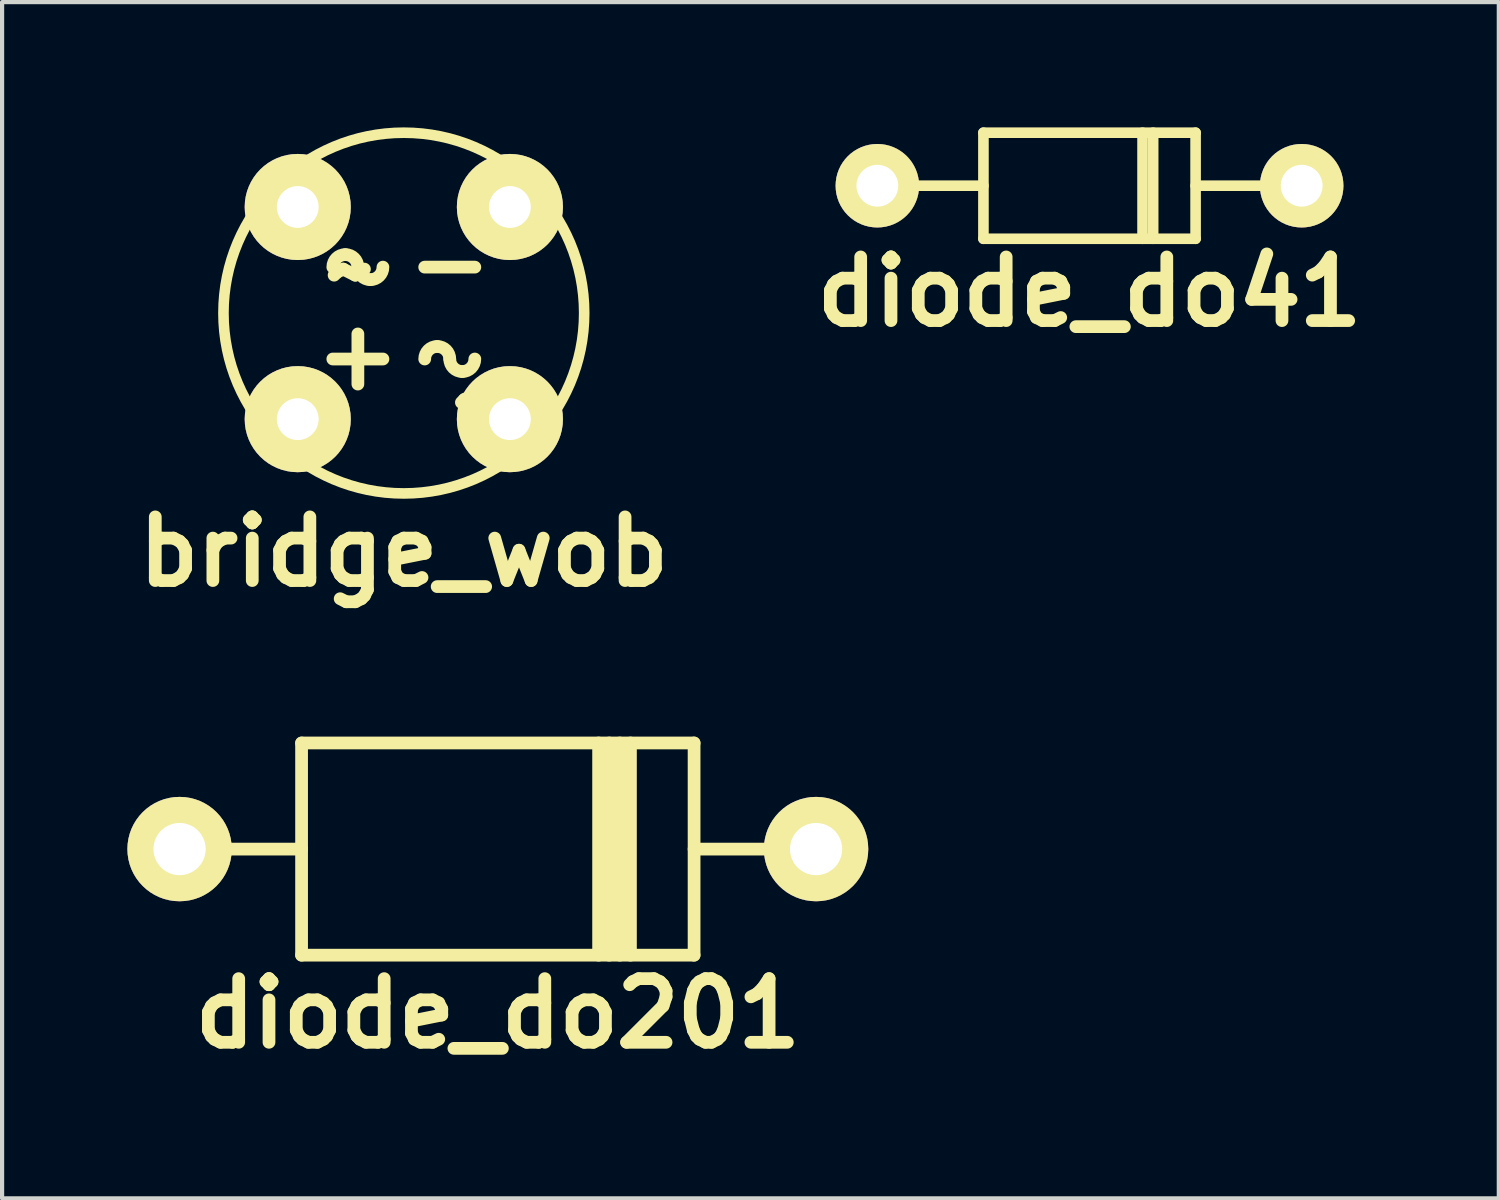
<source format=kicad_pcb>
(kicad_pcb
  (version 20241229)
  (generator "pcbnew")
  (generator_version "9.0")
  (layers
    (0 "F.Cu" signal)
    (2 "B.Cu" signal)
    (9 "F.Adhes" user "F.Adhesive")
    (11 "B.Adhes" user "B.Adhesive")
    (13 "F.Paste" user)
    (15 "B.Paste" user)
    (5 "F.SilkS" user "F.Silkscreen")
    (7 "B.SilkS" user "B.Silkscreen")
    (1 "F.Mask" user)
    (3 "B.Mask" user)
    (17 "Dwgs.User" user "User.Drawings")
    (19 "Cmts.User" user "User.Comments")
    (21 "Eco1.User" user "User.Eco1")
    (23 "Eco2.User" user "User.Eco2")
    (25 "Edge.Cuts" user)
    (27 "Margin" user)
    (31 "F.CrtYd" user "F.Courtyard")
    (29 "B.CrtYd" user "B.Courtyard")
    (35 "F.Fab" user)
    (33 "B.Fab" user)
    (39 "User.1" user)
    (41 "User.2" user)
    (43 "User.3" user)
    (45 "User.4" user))
  (footprint "bridge_wob"
    (layer "F.Cu")
    (at 6.619 4.446)
    (property "Reference" "bridge_wob" (at 0 5.715 0) (layer "F.SilkS") (effects (font (size 1.524 1.524) (thickness 0.305))))
    (attr through_hole)
    (fp_line (start -1.1 0.5) (end -1.1 1.7) (stroke (width 0.305) (type solid)) (layer "F.SilkS"))
    (fp_line (start -0.5 1.1) (end -1.7 1.1) (stroke (width 0.305) (type solid)) (layer "F.SilkS"))
    (fp_line (start 1.7 -1.1) (end 0.5 -1.1) (stroke (width 0.305) (type solid)) (layer "F.SilkS"))
    (fp_arc (start -1.7 -1.1) (mid -1.612132 -1.312132) (end -1.4 -1.4) (stroke (width 0.3048) (type solid)) (layer "F.SilkS"))
    (fp_arc (start -1.4 -1.4) (mid -1.187868 -1.312132) (end -1.1 -1.1) (stroke (width 0.3048) (type solid)) (layer "F.SilkS"))
    (fp_arc (start -0.8 -0.8) (mid -1.012132 -0.887868) (end -1.1 -1.1) (stroke (width 0.3048) (type solid)) (layer "F.SilkS"))
    (fp_arc (start -0.5 -1.1) (mid -0.587868 -0.887868) (end -0.8 -0.8) (stroke (width 0.3048) (type solid)) (layer "F.SilkS"))
    (fp_arc (start 0.5 1.1) (mid 0.587868 0.887868) (end 0.8 0.8) (stroke (width 0.3048) (type solid)) (layer "F.SilkS"))
    (fp_arc (start 0.8 0.8) (mid 1.012132 0.887868) (end 1.1 1.1) (stroke (width 0.3048) (type solid)) (layer "F.SilkS"))
    (fp_arc (start 1.4 1.4) (mid 1.187868 1.312132) (end 1.1 1.1) (stroke (width 0.3048) (type solid)) (layer "F.SilkS"))
    (fp_arc (start 1.7 1.1) (mid 1.612132 1.312132) (end 1.4 1.4) (stroke (width 0.3048) (type solid)) (layer "F.SilkS"))
    (fp_circle (center 0 0) (end -4.318 -0.076) (stroke (width 0.254) (type solid)) (fill no) (layer "F.SilkS"))
    (fp_text user "~" (at 1.778 2.032 0) (layer "F.SilkS") (effects (font (size 1.524 1.524) (thickness 0.305))))
    (fp_text user "~" (at -1.27 -1.016 0) (layer "F.SilkS") (effects (font (size 1.524 1.524) (thickness 0.305))))
    (pad "1" thru_hole circle (at -2.54 2.54) (size 2.54 2.54) (drill 1.001) (layers "*.Cu" "*.Mask" "F.SilkS"))
    (pad "2" thru_hole circle (at 2.54 2.54) (size 2.54 2.54) (drill 1.001) (layers "*.Cu" "*.Mask" "F.SilkS"))
    (pad "3" thru_hole circle (at -2.54 -2.54) (size 2.54 2.54) (drill 1.001) (layers "*.Cu" "*.Mask" "F.SilkS"))
    (pad "4" thru_hole circle (at 2.54 -2.54) (size 2.54 2.54) (drill 1.001) (layers "*.Cu" "*.Mask" "F.SilkS")))
  (footprint "diode_do201"
    (layer "F.Cu")
    (at 8.87 17.28)
    (property "Reference" "diode_do201" (at 0 3.937 0) (layer "F.SilkS") (effects (font (size 1.524 1.524) (thickness 0.305))))
    (attr through_hole)
    (fp_line (start -7.62 0) (end -4.699 0) (stroke (width 0.305) (type solid)) (layer "F.SilkS"))
    (fp_line (start -4.699 -2.54) (end 4.699 -2.54) (stroke (width 0.305) (type solid)) (layer "F.SilkS"))
    (fp_line (start -4.699 2.54) (end -4.699 -2.54) (stroke (width 0.305) (type solid)) (layer "F.SilkS"))
    (fp_line (start 2.413 2.54) (end 2.413 -2.54) (stroke (width 0.305) (type solid)) (layer "F.SilkS"))
    (fp_line (start 2.667 -2.54) (end 2.667 2.54) (stroke (width 0.305) (type solid)) (layer "F.SilkS"))
    (fp_line (start 2.921 2.54) (end 2.921 -2.54) (stroke (width 0.305) (type solid)) (layer "F.SilkS"))
    (fp_line (start 3.175 -2.54) (end 3.175 2.54) (stroke (width 0.305) (type solid)) (layer "F.SilkS"))
    (fp_line (start 4.699 -2.54) (end 4.699 2.54) (stroke (width 0.305) (type solid)) (layer "F.SilkS"))
    (fp_line (start 4.699 2.54) (end -4.699 2.54) (stroke (width 0.305) (type solid)) (layer "F.SilkS"))
    (fp_line (start 7.62 0) (end 4.699 0) (stroke (width 0.305) (type solid)) (layer "F.SilkS"))
    (pad "1" thru_hole circle (at -7.62 0) (size 2.499 2.499) (drill 1.25) (layers "*.Cu" "*.Mask" "F.SilkS"))
    (pad "2" thru_hole circle (at 7.62 0) (size 2.499 2.499) (drill 1.25) (layers "*.Cu" "*.Mask" "F.SilkS")))
  (footprint "diode_do41"
    (layer "F.Cu")
    (at 23.037 1.397)
    (property "Reference" "diode_do41" (at 0 2.54 0) (layer "F.SilkS") (effects (font (size 1.524 1.524) (thickness 0.305))))
    (attr through_hole)
    (fp_line (start -2.54 -1.27) (end -2.54 1.27) (stroke (width 0.254) (type solid)) (layer "F.SilkS"))
    (fp_line (start -2.54 -1.27) (end 2.54 -1.27) (stroke (width 0.254) (type solid)) (layer "F.SilkS"))
    (fp_line (start -2.54 0) (end -4.826 0) (stroke (width 0.254) (type solid)) (layer "F.SilkS"))
    (fp_line (start 1.27 -1.27) (end 1.27 1.27) (stroke (width 0.254) (type solid)) (layer "F.SilkS"))
    (fp_line (start 1.524 1.27) (end 1.524 -1.27) (stroke (width 0.254) (type solid)) (layer "F.SilkS"))
    (fp_line (start 2.54 -1.27) (end 2.54 1.27) (stroke (width 0.254) (type solid)) (layer "F.SilkS"))
    (fp_line (start 2.54 1.27) (end -2.54 1.27) (stroke (width 0.254) (type solid)) (layer "F.SilkS"))
    (fp_line (start 4.826 0) (end 2.54 0) (stroke (width 0.254) (type solid)) (layer "F.SilkS"))
    (pad "1" thru_hole circle (at -5.08 0) (size 1.999 1.999) (drill 1.001) (layers "*.Cu" "*.Mask" "F.SilkS"))
    (pad "2" thru_hole circle (at 5.08 0) (size 1.999 1.999) (drill 1.001) (layers "*.Cu" "*.Mask" "F.SilkS")))
  (gr_rect
    (start -3 -3)
    (end 32.837 25.643)
    (stroke (width 0.1) (type default))
    (fill no)
    (layer "Edge.Cuts")))
</source>
